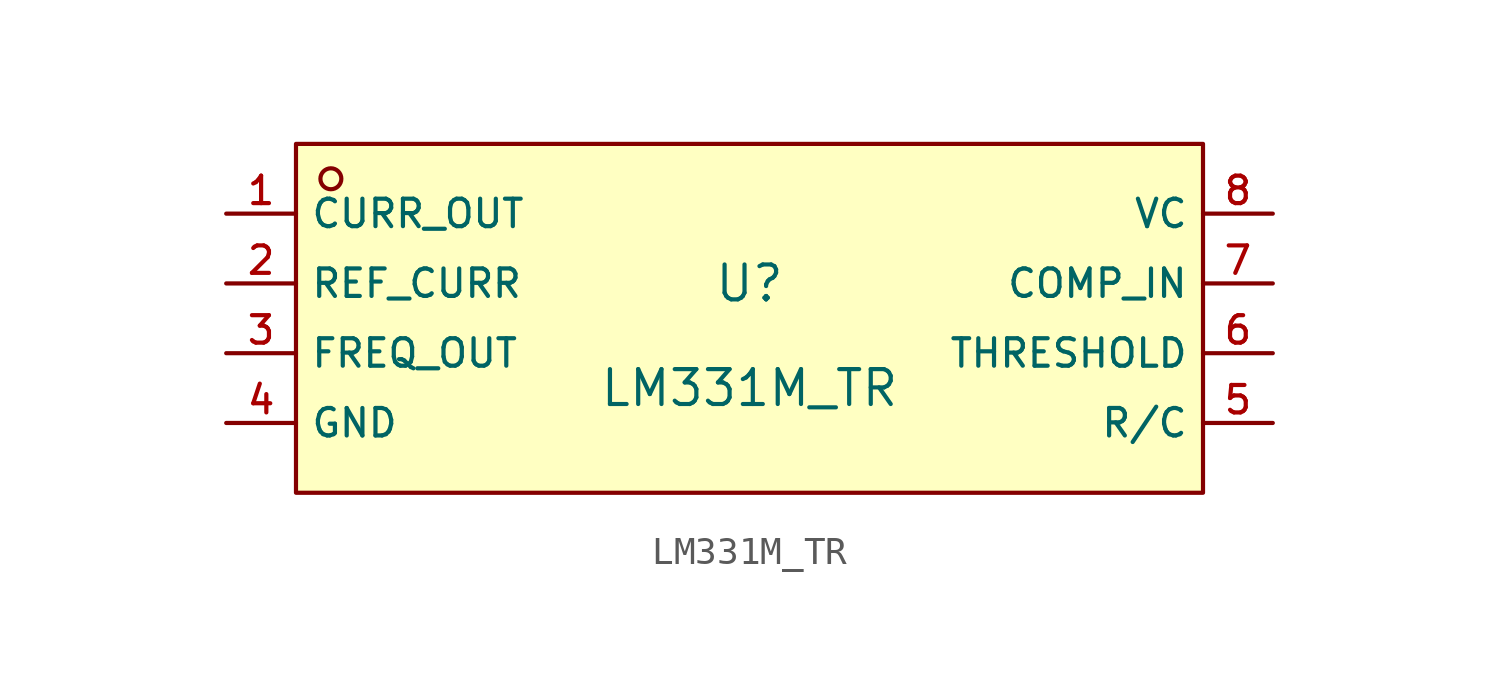
<source format=kicad_sym>
(kicad_symbol_lib
  (version 20210201)
  (generator TousstNicolas/JLC2KiCad_lib)
  (symbol "LM331M_TR"
    (property "Reference" "U"
      (at 0 1.27 0)
      (effects (font (size 1.27 1.27))))
    (property "Value" "LM331M_TR"
      (at 0 -2.54 0)
      (effects (font (size 1.27 1.27))))
    (symbol "LM331M_TR_0_1"
      (rectangle (start -16.51 6.35) (end 16.51 -6.35) (stroke (width 0) (type default) (color 0 0 0 0)) (fill (type background)))
      (circle (center -15.24 5.08) (radius 0.381) (stroke (width 0) (type default) (color 0 0 0 0)) (fill (type background)))
      (pin unspecified line (at -19.05 3.81 0) (length 2.54) (name "CURR_OUT" (effects (font (size 1 1)))) (number "1" (effects (font (size 1 1)))))
      (pin unspecified line (at -19.05 1.27 0) (length 2.54) (name "REF_CURR" (effects (font (size 1 1)))) (number "2" (effects (font (size 1 1)))))
      (pin unspecified line (at -19.05 -1.27 0) (length 2.54) (name "FREQ_OUT" (effects (font (size 1 1)))) (number "3" (effects (font (size 1 1)))))
      (pin unspecified line (at -19.05 -3.81 0) (length 2.54) (name "GND" (effects (font (size 1 1)))) (number "4" (effects (font (size 1 1)))))
      (pin unspecified line (at 19.05 -3.81 180) (length 2.54) (name "R/C" (effects (font (size 1 1)))) (number "5" (effects (font (size 1 1)))))
      (pin unspecified line (at 19.05 -1.27 180) (length 2.54) (name "THRESHOLD" (effects (font (size 1 1)))) (number "6" (effects (font (size 1 1)))))
      (pin unspecified line (at 19.05 1.27 180) (length 2.54) (name "COMP_IN" (effects (font (size 1 1)))) (number "7" (effects (font (size 1 1)))))
      (pin unspecified line (at 19.05 3.81 180) (length 2.54) (name "VC" (effects (font (size 1 1)))) (number "8" (effects (font (size 1 1))))))))
</source>
